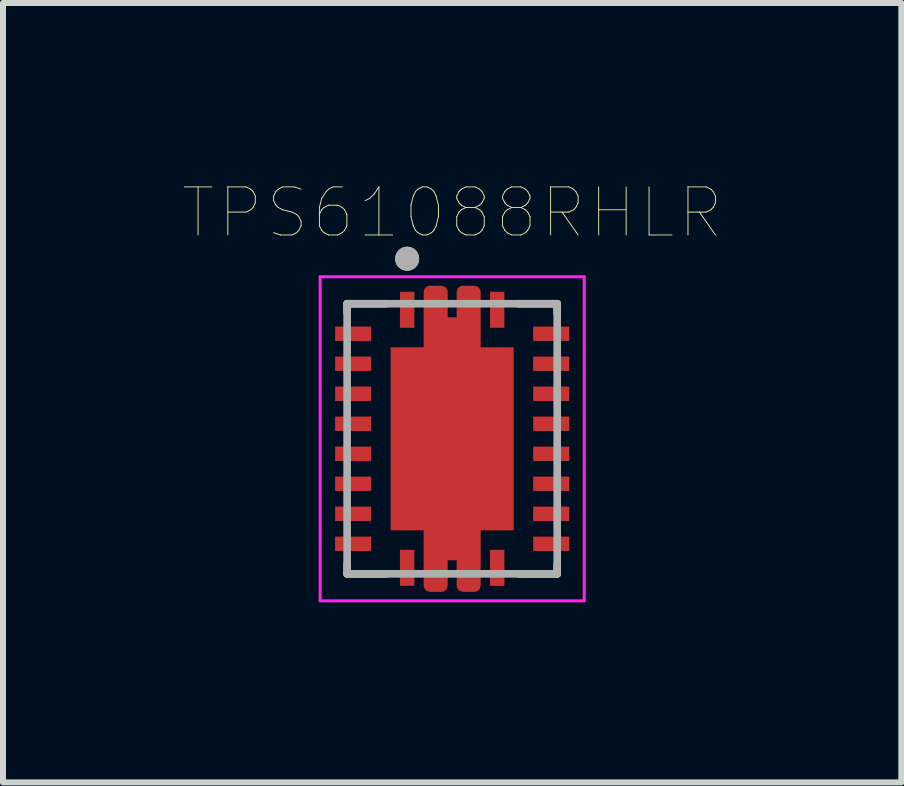
<source format=kicad_pcb>
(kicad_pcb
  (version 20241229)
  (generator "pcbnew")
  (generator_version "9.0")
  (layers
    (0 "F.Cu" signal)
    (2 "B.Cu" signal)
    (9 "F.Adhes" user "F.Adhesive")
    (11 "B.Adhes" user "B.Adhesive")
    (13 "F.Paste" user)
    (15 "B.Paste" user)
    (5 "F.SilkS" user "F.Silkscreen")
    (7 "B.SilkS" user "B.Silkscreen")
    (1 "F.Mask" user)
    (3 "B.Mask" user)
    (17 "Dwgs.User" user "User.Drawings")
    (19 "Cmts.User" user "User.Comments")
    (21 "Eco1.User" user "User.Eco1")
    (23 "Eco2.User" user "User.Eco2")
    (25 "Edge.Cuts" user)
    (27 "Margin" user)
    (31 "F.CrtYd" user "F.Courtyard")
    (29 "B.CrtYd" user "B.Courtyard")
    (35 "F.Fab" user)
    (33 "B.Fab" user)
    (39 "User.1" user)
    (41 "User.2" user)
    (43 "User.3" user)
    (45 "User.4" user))
  (footprint "TPS61088RHLR"
    (layer "F.Cu")
    (at 4.484 4.261)
    (property "Reference" "TPS61088RHLR" (at 0 -3.766 0) (layer "F.SilkS") (effects (font (size 0.801 0.801) (thickness 0.015))))
    (attr through_hole)
    (fp_poly (pts (xy -0.477 -1.627) (xy -0.477 -2.4) (xy -0.477 -2.408) (xy -0.476 -2.416) (xy -0.475 -2.424) (xy -0.474 -2.432) (xy -0.472 -2.439) (xy -0.47 -2.447) (xy -0.467 -2.454) (xy -0.464 -2.462) (xy -0.46 -2.469) (xy -0.457 -2.476) (xy -0.452 -2.483) (xy -0.448 -2.489) (xy -0.443 -2.496) (xy -0.438 -2.502) (xy -0.432 -2.507) (xy -0.427 -2.513) (xy -0.421 -2.518) (xy -0.414 -2.523) (xy -0.408 -2.527) (xy -0.401 -2.532) (xy -0.394 -2.535) (xy -0.387 -2.539) (xy -0.379 -2.542) (xy -0.372 -2.545) (xy -0.364 -2.547) (xy -0.357 -2.549) (xy -0.349 -2.55) (xy -0.341 -2.551) (xy -0.333 -2.552) (xy -0.325 -2.552) (xy -0.225 -2.552) (xy -0.217 -2.552) (xy -0.209 -2.551) (xy -0.201 -2.55) (xy -0.193 -2.549) (xy -0.186 -2.547) (xy -0.178 -2.545) (xy -0.171 -2.542) (xy -0.163 -2.539) (xy -0.156 -2.535) (xy -0.149 -2.532) (xy -0.142 -2.527) (xy -0.136 -2.523) (xy -0.129 -2.518) (xy -0.123 -2.513) (xy -0.118 -2.507) (xy -0.112 -2.502) (xy -0.107 -2.496) (xy -0.102 -2.489) (xy -0.098 -2.483) (xy -0.093 -2.476) (xy -0.09 -2.469) (xy -0.086 -2.462) (xy -0.083 -2.454) (xy -0.08 -2.447) (xy -0.078 -2.439) (xy -0.076 -2.432) (xy -0.075 -2.424) (xy -0.074 -2.416) (xy -0.073 -2.408) (xy -0.073 -2.4) (xy -0.073 -2.027) (xy 0.072 -2.027) (xy 0.073 -2.027) (xy 0.073 -2.402) (xy 0.073 -2.41) (xy 0.074 -2.418) (xy 0.075 -2.425) (xy 0.076 -2.433) (xy 0.078 -2.441) (xy 0.08 -2.448) (xy 0.083 -2.456) (xy 0.086 -2.463) (xy 0.089 -2.47) (xy 0.093 -2.477) (xy 0.097 -2.484) (xy 0.102 -2.49) (xy 0.106 -2.496) (xy 0.112 -2.502) (xy 0.117 -2.508) (xy 0.123 -2.513) (xy 0.129 -2.519) (xy 0.135 -2.523) (xy 0.141 -2.528) (xy 0.148 -2.532) (xy 0.155 -2.536) (xy 0.162 -2.539) (xy 0.169 -2.542) (xy 0.177 -2.545) (xy 0.184 -2.547) (xy 0.192 -2.549) (xy 0.2 -2.55) (xy 0.207 -2.551) (xy 0.215 -2.552) (xy 0.223 -2.552) (xy 0.326 -2.552) (xy 0.334 -2.552) (xy 0.342 -2.551) (xy 0.35 -2.55) (xy 0.357 -2.549) (xy 0.365 -2.547) (xy 0.373 -2.545) (xy 0.38 -2.542) (xy 0.387 -2.539) (xy 0.395 -2.536) (xy 0.402 -2.532) (xy 0.408 -2.528) (xy 0.415 -2.523) (xy 0.421 -2.518) (xy 0.427 -2.513) (xy 0.433 -2.508) (xy 0.438 -2.502) (xy 0.443 -2.496) (xy 0.448 -2.49) (xy 0.453 -2.483) (xy 0.457 -2.477) (xy 0.461 -2.47) (xy 0.464 -2.462) (xy 0.467 -2.455) (xy 0.47 -2.448) (xy 0.472 -2.44) (xy 0.474 -2.432) (xy 0.475 -2.425) (xy 0.476 -2.417) (xy 0.477 -2.409) (xy 0.477 -2.401) (xy 0.477 -1.627) (xy 0.975 -1.627) (xy 0.983 -1.627) (xy 0.991 -1.626) (xy 0.999 -1.625) (xy 1.007 -1.624) (xy 1.014 -1.622) (xy 1.022 -1.62) (xy 1.029 -1.617) (xy 1.037 -1.614) (xy 1.044 -1.61) (xy 1.051 -1.607) (xy 1.058 -1.602) (xy 1.064 -1.598) (xy 1.071 -1.593) (xy 1.077 -1.588) (xy 1.082 -1.582) (xy 1.088 -1.577) (xy 1.093 -1.571) (xy 1.098 -1.564) (xy 1.102 -1.558) (xy 1.107 -1.551) (xy 1.11 -1.544) (xy 1.114 -1.537) (xy 1.117 -1.529) (xy 1.12 -1.522) (xy 1.122 -1.514) (xy 1.124 -1.507) (xy 1.125 -1.499) (xy 1.126 -1.491) (xy 1.127 -1.483) (xy 1.127 -1.475) (xy 1.127 1.476) (xy 1.127 1.484) (xy 1.126 1.492) (xy 1.125 1.499) (xy 1.124 1.507) (xy 1.122 1.515) (xy 1.12 1.522) (xy 1.117 1.53) (xy 1.114 1.537) (xy 1.111 1.544) (xy 1.107 1.551) (xy 1.103 1.558) (xy 1.098 1.564) (xy 1.094 1.57) (xy 1.088 1.576) (xy 1.083 1.582) (xy 1.077 1.587) (xy 1.071 1.593) (xy 1.065 1.597) (xy 1.059 1.602) (xy 1.052 1.606) (xy 1.045 1.61) (xy 1.038 1.613) (xy 1.031 1.616) (xy 1.023 1.619) (xy 1.016 1.621) (xy 1.008 1.623) (xy 1 1.624) (xy 0.993 1.625) (xy 0.985 1.626) (xy 0.977 1.626) (xy 0.478 1.626) (xy 0.478 1.626) (xy 0.478 1.626) (xy 0.478 1.626) (xy 0.478 1.626) (xy 0.478 1.626) (xy 0.478 1.626) (xy 0.478 1.626) (xy 0.478 1.626) (xy 0.478 1.626) (xy 0.477 1.626) (xy 0.477 1.626) (xy 0.477 1.626) (xy 0.477 1.626) (xy 0.477 1.626) (xy 0.477 1.626) (xy 0.477 1.626) (xy 0.477 1.626) (xy 0.477 1.626) (xy 0.477 1.626) (xy 0.477 1.627) (xy 0.477 1.627) (xy 0.477 1.627) (xy 0.477 1.627) (xy 0.477 1.627) (xy 0.477 1.627) (xy 0.477 1.627) (xy 0.477 1.627) (xy 0.477 1.627) (xy 0.477 1.627) (xy 0.477 1.627) (xy 0.477 2.401) (xy 0.477 2.409) (xy 0.476 2.417) (xy 0.475 2.424) (xy 0.474 2.432) (xy 0.472 2.44) (xy 0.47 2.447) (xy 0.467 2.455) (xy 0.464 2.462) (xy 0.461 2.469) (xy 0.457 2.476) (xy 0.453 2.483) (xy 0.448 2.489) (xy 0.444 2.495) (xy 0.438 2.501) (xy 0.433 2.507) (xy 0.427 2.512) (xy 0.421 2.518) (xy 0.415 2.522) (xy 0.409 2.527) (xy 0.402 2.531) (xy 0.395 2.535) (xy 0.388 2.538) (xy 0.381 2.541) (xy 0.373 2.544) (xy 0.366 2.546) (xy 0.358 2.548) (xy 0.35 2.549) (xy 0.343 2.55) (xy 0.335 2.551) (xy 0.327 2.551) (xy 0.222 2.551) (xy 0.214 2.551) (xy 0.206 2.55) (xy 0.199 2.549) (xy 0.191 2.548) (xy 0.183 2.546) (xy 0.176 2.544) (xy 0.169 2.541) (xy 0.161 2.538) (xy 0.154 2.535) (xy 0.147 2.531) (xy 0.141 2.527) (xy 0.134 2.523) (xy 0.128 2.518) (xy 0.122 2.513) (xy 0.117 2.507) (xy 0.111 2.502) (xy 0.106 2.496) (xy 0.101 2.49) (xy 0.097 2.483) (xy 0.093 2.477) (xy 0.089 2.47) (xy 0.086 2.463) (xy 0.083 2.455) (xy 0.08 2.448) (xy 0.078 2.441) (xy 0.076 2.433) (xy 0.075 2.425) (xy 0.074 2.418) (xy 0.073 2.41) (xy 0.073 2.402) (xy 0.073 2.027) (xy -0.072 2.027) (xy -0.072 2.027) (xy -0.072 2.027) (xy -0.072 2.027) (xy -0.072 2.027) (xy -0.072 2.027) (xy -0.072 2.027) (xy -0.072 2.027) (xy -0.072 2.027) (xy -0.072 2.027) (xy -0.072 2.027) (xy -0.073 2.027) (xy -0.073 2.027) (xy -0.073 2.027) (xy -0.073 2.027) (xy -0.073 2.027) (xy -0.073 2.027) (xy -0.073 2.027) (xy -0.073 2.027) (xy -0.073 2.027) (xy -0.073 2.027) (xy -0.073 2.028) (xy -0.073 2.028) (xy -0.073 2.028) (xy -0.073 2.028) (xy -0.073 2.028) (xy -0.073 2.028) (xy -0.073 2.028) (xy -0.073 2.028) (xy -0.073 2.028) (xy -0.073 2.028) (xy -0.073 2.401) (xy -0.073 2.409) (xy -0.074 2.417) (xy -0.075 2.424) (xy -0.076 2.432) (xy -0.078 2.44) (xy -0.08 2.447) (xy -0.083 2.455) (xy -0.086 2.462) (xy -0.089 2.469) (xy -0.093 2.476) (xy -0.097 2.483) (xy -0.102 2.489) (xy -0.106 2.495) (xy -0.112 2.501) (xy -0.117 2.507) (xy -0.123 2.512) (xy -0.129 2.518) (xy -0.135 2.522) (xy -0.141 2.527) (xy -0.148 2.531) (xy -0.155 2.535) (xy -0.162 2.538) (xy -0.169 2.541) (xy -0.177 2.544) (xy -0.184 2.546) (xy -0.192 2.548) (xy -0.2 2.549) (xy -0.207 2.55) (xy -0.215 2.551) (xy -0.223 2.551) (xy -0.329 2.551) (xy -0.337 2.551) (xy -0.344 2.55) (xy -0.352 2.549) (xy -0.36 2.548) (xy -0.367 2.546) (xy -0.375 2.544) (xy -0.382 2.541) (xy -0.389 2.538) (xy -0.396 2.535) (xy -0.403 2.531) (xy -0.41 2.527) (xy -0.416 2.523) (xy -0.422 2.518) (xy -0.428 2.513) (xy -0.434 2.508) (xy -0.439 2.502) (xy -0.444 2.496) (xy -0.449 2.49) (xy -0.453 2.484) (xy -0.457 2.477) (xy -0.461 2.47) (xy -0.464 2.463) (xy -0.467 2.456) (xy -0.47 2.449) (xy -0.472 2.441) (xy -0.474 2.434) (xy -0.475 2.426) (xy -0.476 2.418) (xy -0.477 2.411) (xy -0.477 2.403) (xy -0.477 1.627) (xy -0.975 1.627) (xy -0.983 1.627) (xy -0.991 1.626) (xy -0.999 1.625) (xy -1.007 1.624) (xy -1.014 1.622) (xy -1.022 1.62) (xy -1.029 1.617) (xy -1.037 1.614) (xy -1.044 1.61) (xy -1.051 1.607) (xy -1.058 1.602) (xy -1.064 1.598) (xy -1.071 1.593) (xy -1.077 1.588) (xy -1.082 1.582) (xy -1.088 1.577) (xy -1.093 1.571) (xy -1.098 1.564) (xy -1.102 1.558) (xy -1.107 1.551) (xy -1.11 1.544) (xy -1.114 1.537) (xy -1.117 1.529) (xy -1.12 1.522) (xy -1.122 1.514) (xy -1.124 1.507) (xy -1.125 1.499) (xy -1.126 1.491) (xy -1.127 1.483) (xy -1.127 1.475) (xy -1.127 -1.474) (xy -1.127 -1.482) (xy -1.126 -1.49) (xy -1.125 -1.498) (xy -1.124 -1.506) (xy -1.122 -1.513) (xy -1.12 -1.521) (xy -1.117 -1.528) (xy -1.114 -1.536) (xy -1.11 -1.543) (xy -1.107 -1.55) (xy -1.102 -1.557) (xy -1.098 -1.563) (xy -1.093 -1.57) (xy -1.088 -1.576) (xy -1.082 -1.581) (xy -1.077 -1.587) (xy -1.071 -1.592) (xy -1.064 -1.597) (xy -1.058 -1.601) (xy -1.051 -1.606) (xy -1.044 -1.609) (xy -1.037 -1.613) (xy -1.029 -1.616) (xy -1.022 -1.619) (xy -1.014 -1.621) (xy -1.007 -1.623) (xy -0.999 -1.624) (xy -0.991 -1.625) (xy -0.983 -1.626) (xy -0.975 -1.626) (xy -0.478 -1.626) (xy -0.478 -1.626) (xy -0.478 -1.626) (xy -0.478 -1.626) (xy -0.478 -1.626) (xy -0.478 -1.626) (xy -0.478 -1.626) (xy -0.478 -1.626) (xy -0.478 -1.626) (xy -0.478 -1.626) (xy -0.477 -1.626) (xy -0.477 -1.626) (xy -0.477 -1.626) (xy -0.477 -1.626) (xy -0.477 -1.626) (xy -0.477 -1.626) (xy -0.477 -1.626) (xy -0.477 -1.626) (xy -0.477 -1.626) (xy -0.477 -1.626) (xy -0.477 -1.627) (xy -0.477 -1.627) (xy -0.477 -1.627) (xy -0.477 -1.627) (xy -0.477 -1.627) (xy -0.477 -1.627) (xy -0.477 -1.627) (xy -0.477 -1.627) (xy -0.477 -1.627) (xy -0.477 -1.627) (xy -0.477 -1.627)) (stroke (width 0.01) (type solid)) (fill yes) (layer "F.Mask"))
    (fp_line (start -1.75 -2.25) (end -1.1 -2.25) (stroke (width 0.127) (type solid)) (layer "F.SilkS"))
    (fp_line (start -1.75 -2.1) (end -1.75 -2.25) (stroke (width 0.127) (type solid)) (layer "F.SilkS"))
    (fp_line (start -1.75 2.1) (end -1.75 2.25) (stroke (width 0.127) (type solid)) (layer "F.SilkS"))
    (fp_line (start -1.75 2.25) (end -1.1 2.25) (stroke (width 0.127) (type solid)) (layer "F.SilkS"))
    (fp_line (start 1.1 -2.25) (end 1.75 -2.25) (stroke (width 0.127) (type solid)) (layer "F.SilkS"))
    (fp_line (start 1.1 2.25) (end 1.75 2.25) (stroke (width 0.127) (type solid)) (layer "F.SilkS"))
    (fp_line (start 1.75 -2.25) (end 1.75 -2.1) (stroke (width 0.127) (type solid)) (layer "F.SilkS"))
    (fp_line (start 1.75 2.25) (end 1.75 2.1) (stroke (width 0.127) (type solid)) (layer "F.SilkS"))
    (fp_circle (center -0.75 -3) (end -0.65 -3) (stroke (width 0.2) (type solid)) (fill no) (layer "F.SilkS"))
    (fp_poly (pts (xy -1.02 -0.625) (xy -0.1 -0.625) (xy -0.1 -1.475) (xy -1.02 -1.475)) (stroke (width 0.01) (type solid)) (fill yes) (layer "F.Paste"))
    (fp_poly (pts (xy -1.02 0.425) (xy -0.1 0.425) (xy -0.1 -0.425) (xy -1.02 -0.425)) (stroke (width 0.01) (type solid)) (fill yes) (layer "F.Paste"))
    (fp_poly (pts (xy -1.02 1.475) (xy -0.1 1.475) (xy -0.1 0.625) (xy -1.02 0.625)) (stroke (width 0.01) (type solid)) (fill yes) (layer "F.Paste"))
    (fp_poly (pts (xy 0.1 -0.625) (xy 1.02 -0.625) (xy 1.02 -1.475) (xy 0.1 -1.475)) (stroke (width 0.01) (type solid)) (fill yes) (layer "F.Paste"))
    (fp_poly (pts (xy 0.1 0.425) (xy 1.02 0.425) (xy 1.02 -0.425) (xy 0.1 -0.425)) (stroke (width 0.01) (type solid)) (fill yes) (layer "F.Paste"))
    (fp_poly (pts (xy 0.1 1.475) (xy 1.02 1.475) (xy 1.02 0.625) (xy 0.1 0.625)) (stroke (width 0.01) (type solid)) (fill yes) (layer "F.Paste"))
    (fp_poly (pts (xy -0.375 -1.675) (xy -0.375 -2.4) (xy -0.375 -2.403) (xy -0.375 -2.405) (xy -0.374 -2.408) (xy -0.374 -2.41) (xy -0.373 -2.413) (xy -0.373 -2.415) (xy -0.372 -2.418) (xy -0.371 -2.42) (xy -0.37 -2.423) (xy -0.368 -2.425) (xy -0.367 -2.427) (xy -0.365 -2.429) (xy -0.364 -2.431) (xy -0.362 -2.433) (xy -0.36 -2.435) (xy -0.358 -2.437) (xy -0.356 -2.439) (xy -0.354 -2.44) (xy -0.352 -2.442) (xy -0.35 -2.443) (xy -0.348 -2.445) (xy -0.345 -2.446) (xy -0.343 -2.447) (xy -0.34 -2.448) (xy -0.338 -2.448) (xy -0.335 -2.449) (xy -0.333 -2.449) (xy -0.33 -2.45) (xy -0.328 -2.45) (xy -0.325 -2.45) (xy -0.225 -2.45) (xy -0.222 -2.45) (xy -0.22 -2.45) (xy -0.217 -2.449) (xy -0.215 -2.449) (xy -0.212 -2.448) (xy -0.21 -2.448) (xy -0.207 -2.447) (xy -0.205 -2.446) (xy -0.202 -2.445) (xy -0.2 -2.443) (xy -0.198 -2.442) (xy -0.196 -2.44) (xy -0.194 -2.439) (xy -0.192 -2.437) (xy -0.19 -2.435) (xy -0.188 -2.433) (xy -0.186 -2.431) (xy -0.185 -2.429) (xy -0.183 -2.427) (xy -0.182 -2.425) (xy -0.18 -2.423) (xy -0.179 -2.42) (xy -0.178 -2.418) (xy -0.177 -2.415) (xy -0.177 -2.413) (xy -0.176 -2.41) (xy -0.176 -2.408) (xy -0.175 -2.405) (xy -0.175 -2.403) (xy -0.175 -2.4) (xy -0.175 -1.925) (xy 0.175 -1.925) (xy 0.175 -2.4) (xy 0.175 -2.403) (xy 0.175 -2.405) (xy 0.176 -2.408) (xy 0.176 -2.41) (xy 0.177 -2.413) (xy 0.177 -2.415) (xy 0.178 -2.418) (xy 0.179 -2.42) (xy 0.18 -2.423) (xy 0.182 -2.425) (xy 0.183 -2.427) (xy 0.185 -2.429) (xy 0.186 -2.431) (xy 0.188 -2.433) (xy 0.19 -2.435) (xy 0.192 -2.437) (xy 0.194 -2.439) (xy 0.196 -2.44) (xy 0.198 -2.442) (xy 0.2 -2.443) (xy 0.202 -2.445) (xy 0.205 -2.446) (xy 0.207 -2.447) (xy 0.21 -2.448) (xy 0.212 -2.448) (xy 0.215 -2.449) (xy 0.217 -2.449) (xy 0.22 -2.45) (xy 0.222 -2.45) (xy 0.225 -2.45) (xy 0.325 -2.45) (xy 0.328 -2.45) (xy 0.33 -2.45) (xy 0.333 -2.449) (xy 0.335 -2.449) (xy 0.338 -2.448) (xy 0.34 -2.448) (xy 0.343 -2.447) (xy 0.345 -2.446) (xy 0.348 -2.445) (xy 0.35 -2.443) (xy 0.352 -2.442) (xy 0.354 -2.44) (xy 0.356 -2.439) (xy 0.358 -2.437) (xy 0.36 -2.435) (xy 0.362 -2.433) (xy 0.364 -2.431) (xy 0.365 -2.429) (xy 0.367 -2.427) (xy 0.368 -2.425) (xy 0.37 -2.423) (xy 0.371 -2.42) (xy 0.372 -2.418) (xy 0.373 -2.415) (xy 0.373 -2.413) (xy 0.374 -2.41) (xy 0.374 -2.408) (xy 0.375 -2.405) (xy 0.375 -2.403) (xy 0.375 -2.4) (xy 0.375 -1.675) (xy -0.375 -1.675)) (stroke (width 0.01) (type solid)) (fill yes) (layer "F.Paste"))
    (fp_poly (pts (xy 0.375 1.675) (xy 0.375 2.4) (xy 0.375 2.403) (xy 0.375 2.405) (xy 0.374 2.408) (xy 0.374 2.41) (xy 0.373 2.413) (xy 0.373 2.415) (xy 0.372 2.418) (xy 0.371 2.42) (xy 0.37 2.423) (xy 0.368 2.425) (xy 0.367 2.427) (xy 0.365 2.429) (xy 0.364 2.431) (xy 0.362 2.433) (xy 0.36 2.435) (xy 0.358 2.437) (xy 0.356 2.439) (xy 0.354 2.44) (xy 0.352 2.442) (xy 0.35 2.443) (xy 0.348 2.445) (xy 0.345 2.446) (xy 0.343 2.447) (xy 0.34 2.448) (xy 0.338 2.448) (xy 0.335 2.449) (xy 0.333 2.449) (xy 0.33 2.45) (xy 0.328 2.45) (xy 0.325 2.45) (xy 0.225 2.45) (xy 0.222 2.45) (xy 0.22 2.45) (xy 0.217 2.449) (xy 0.215 2.449) (xy 0.212 2.448) (xy 0.21 2.448) (xy 0.207 2.447) (xy 0.205 2.446) (xy 0.202 2.445) (xy 0.2 2.443) (xy 0.198 2.442) (xy 0.196 2.44) (xy 0.194 2.439) (xy 0.192 2.437) (xy 0.19 2.435) (xy 0.188 2.433) (xy 0.186 2.431) (xy 0.185 2.429) (xy 0.183 2.427) (xy 0.182 2.425) (xy 0.18 2.423) (xy 0.179 2.42) (xy 0.178 2.418) (xy 0.177 2.415) (xy 0.177 2.413) (xy 0.176 2.41) (xy 0.176 2.408) (xy 0.175 2.405) (xy 0.175 2.403) (xy 0.175 2.4) (xy 0.175 1.925) (xy -0.175 1.925) (xy -0.175 2.4) (xy -0.175 2.403) (xy -0.175 2.405) (xy -0.176 2.408) (xy -0.176 2.41) (xy -0.177 2.413) (xy -0.177 2.415) (xy -0.178 2.418) (xy -0.179 2.42) (xy -0.18 2.423) (xy -0.182 2.425) (xy -0.183 2.427) (xy -0.185 2.429) (xy -0.186 2.431) (xy -0.188 2.433) (xy -0.19 2.435) (xy -0.192 2.437) (xy -0.194 2.439) (xy -0.196 2.44) (xy -0.198 2.442) (xy -0.2 2.443) (xy -0.202 2.445) (xy -0.205 2.446) (xy -0.207 2.447) (xy -0.21 2.448) (xy -0.212 2.448) (xy -0.215 2.449) (xy -0.217 2.449) (xy -0.22 2.45) (xy -0.222 2.45) (xy -0.225 2.45) (xy -0.325 2.45) (xy -0.328 2.45) (xy -0.33 2.45) (xy -0.333 2.449) (xy -0.335 2.449) (xy -0.338 2.448) (xy -0.34 2.448) (xy -0.343 2.447) (xy -0.345 2.446) (xy -0.348 2.445) (xy -0.35 2.443) (xy -0.352 2.442) (xy -0.354 2.44) (xy -0.356 2.439) (xy -0.358 2.437) (xy -0.36 2.435) (xy -0.362 2.433) (xy -0.364 2.431) (xy -0.365 2.429) (xy -0.367 2.427) (xy -0.368 2.425) (xy -0.37 2.423) (xy -0.371 2.42) (xy -0.372 2.418) (xy -0.373 2.415) (xy -0.373 2.413) (xy -0.374 2.41) (xy -0.374 2.408) (xy -0.375 2.405) (xy -0.375 2.403) (xy -0.375 2.4) (xy -0.375 1.675) (xy 0.375 1.675)) (stroke (width 0.01) (type solid)) (fill yes) (layer "F.Paste"))
    (fp_line (start -2.2 -2.7) (end -2.2 2.7) (stroke (width 0.05) (type solid)) (layer "F.CrtYd"))
    (fp_line (start -2.2 2.7) (end 2.2 2.7) (stroke (width 0.05) (type solid)) (layer "F.CrtYd"))
    (fp_line (start 2.2 -2.7) (end -2.2 -2.7) (stroke (width 0.05) (type solid)) (layer "F.CrtYd"))
    (fp_line (start 2.2 2.7) (end 2.2 -2.7) (stroke (width 0.05) (type solid)) (layer "F.CrtYd"))
    (fp_line (start -1.75 -2.25) (end 1.75 -2.25) (stroke (width 0.127) (type solid)) (layer "F.Fab"))
    (fp_line (start -1.75 2.25) (end -1.75 -2.25) (stroke (width 0.127) (type solid)) (layer "F.Fab"))
    (fp_line (start 1.75 -2.25) (end 1.75 2.25) (stroke (width 0.127) (type solid)) (layer "F.Fab"))
    (fp_line (start 1.75 2.25) (end -1.75 2.25) (stroke (width 0.127) (type solid)) (layer "F.Fab"))
    (fp_circle (center -0.75 -3) (end -0.65 -3) (stroke (width 0.2) (type solid)) (fill no) (layer "F.Fab"))
    (pad "1" smd rect (at -0.75 -2.15) (size 0.24 0.6) (layers "F.Cu" "F.Mask" "F.Paste"))
    (pad "2" smd rect (at -1.65 -1.75) (size 0.6 0.24) (layers "F.Cu" "F.Mask" "F.Paste"))
    (pad "3" smd rect (at -1.65 -1.25) (size 0.6 0.24) (layers "F.Cu" "F.Mask" "F.Paste"))
    (pad "4" smd rect (at -1.65 -0.75) (size 0.6 0.24) (layers "F.Cu" "F.Mask" "F.Paste"))
    (pad "5" smd rect (at -1.65 -0.25) (size 0.6 0.24) (layers "F.Cu" "F.Mask" "F.Paste"))
    (pad "6" smd rect (at -1.65 0.25) (size 0.6 0.24) (layers "F.Cu" "F.Mask" "F.Paste"))
    (pad "7" smd rect (at -1.65 0.75) (size 0.6 0.24) (layers "F.Cu" "F.Mask" "F.Paste"))
    (pad "8" smd rect (at -1.65 1.25) (size 0.6 0.24) (layers "F.Cu" "F.Mask" "F.Paste"))
    (pad "9" smd rect (at -1.65 1.75) (size 0.6 0.24) (layers "F.Cu" "F.Mask" "F.Paste"))
    (pad "10" smd rect (at -0.75 2.15) (size 0.24 0.6) (layers "F.Cu" "F.Mask" "F.Paste"))
    (pad "11" smd rect (at 0.75 2.15) (size 0.24 0.6) (layers "F.Cu" "F.Mask" "F.Paste"))
    (pad "12" smd rect (at 1.65 1.75) (size 0.6 0.24) (layers "F.Cu" "F.Mask" "F.Paste"))
    (pad "13" smd rect (at 1.65 1.25) (size 0.6 0.24) (layers "F.Cu" "F.Mask" "F.Paste"))
    (pad "14" smd rect (at 1.65 0.75) (size 0.6 0.24) (layers "F.Cu" "F.Mask" "F.Paste"))
    (pad "15" smd rect (at 1.65 0.25) (size 0.6 0.24) (layers "F.Cu" "F.Mask" "F.Paste"))
    (pad "16" smd rect (at 1.65 -0.25) (size 0.6 0.24) (layers "F.Cu" "F.Mask" "F.Paste"))
    (pad "17" smd rect (at 1.65 -0.75) (size 0.6 0.24) (layers "F.Cu" "F.Mask" "F.Paste"))
    (pad "18" smd rect (at 1.65 -1.25) (size 0.6 0.24) (layers "F.Cu" "F.Mask" "F.Paste"))
    (pad "19" smd rect (at 1.65 -1.75) (size 0.6 0.24) (layers "F.Cu" "F.Mask" "F.Paste"))
    (pad "20" smd rect (at 0.75 -2.15) (size 0.24 0.6) (layers "F.Cu" "F.Mask" "F.Paste"))
    (pad "21" smd custom (at 0 0) (size 2.05 3.05) (layers "F.Cu" "F.Mask") (options (anchor rect)) (primitives (gr_poly (pts (xy 0.375 2.45) (xy 0.175 2.45) (xy 0.175 1.925) (xy -0.175 1.925) (xy -0.175 2.45) (xy -0.375 2.45) (xy -0.375 1.525) (xy 0.375 1.525)) (width 0.2) (fill yes)) (gr_poly (pts (xy -0.175 -1.925) (xy 0.175 -1.925) (xy 0.175 -2.45) (xy 0.375 -2.45) (xy 0.375 -1.525) (xy -0.375 -1.525) (xy -0.375 -2.45) (xy -0.175 -2.45)) (width 0.2) (fill yes)))))
  (gr_rect
    (start -3 -3)
    (end 11.968 9.986)
    (stroke (width 0.1) (type default))
    (fill no)
    (layer "Edge.Cuts")))
</source>
